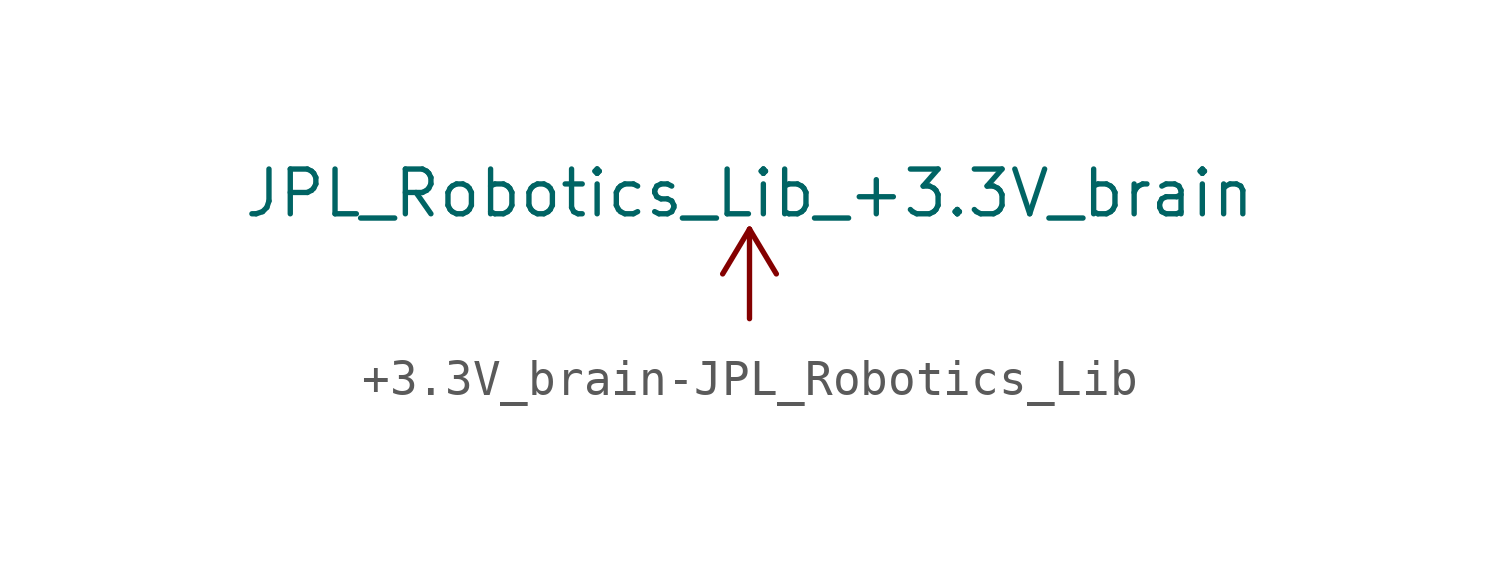
<source format=kicad_sym>
(kicad_symbol_lib
  (version 20231120)
  (generator "kicad_symbol_editor")
  (generator_version "8.0")
  (symbol "+3.3V_brain-JPL_Robotics_Lib"
    (power)
    (pin_names
      (offset 0))
    (property "Reference" "#PWR"
      (at 0 -3.81 0)
      (effects (font (size 1.27 1.27)) (hide yes)))
    (property "Value" "JPL_Robotics_Lib_+3.3V_brain"
      (at 0 3.556 0)
      (effects (font (size 1.27 1.27))))
    (symbol "+3.3V_brain-JPL_Robotics_Lib_0_1"
      (polyline (pts (xy -0.762 1.27) (xy 0 2.54)) (stroke (width 0) (type solid)) (fill (type none)))
      (polyline (pts (xy 0 0) (xy 0 2.54)) (stroke (width 0) (type solid)) (fill (type none)))
      (polyline (pts (xy 0 2.54) (xy 0.762 1.27)) (stroke (width 0) (type solid)) (fill (type none))))
    (symbol "+3.3V_brain-JPL_Robotics_Lib_1_1"
      (pin power_in line (at 0 0 90) (length 0) hide (name "+3.3V_brain" (effects (font (size 1.27 1.27)))) (number "1" (effects (font (size 1.27 1.27))))))))
</source>
